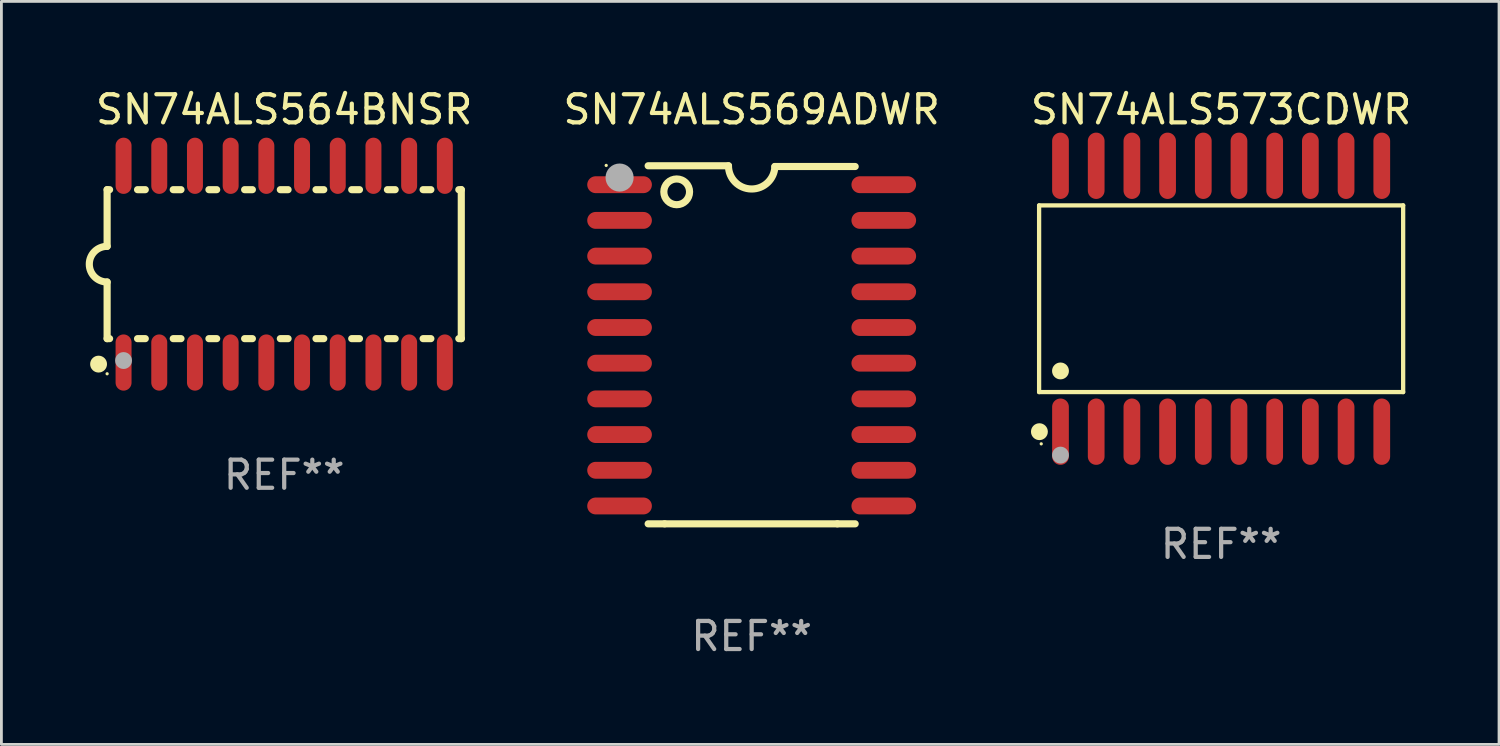
<source format=kicad_pcb>
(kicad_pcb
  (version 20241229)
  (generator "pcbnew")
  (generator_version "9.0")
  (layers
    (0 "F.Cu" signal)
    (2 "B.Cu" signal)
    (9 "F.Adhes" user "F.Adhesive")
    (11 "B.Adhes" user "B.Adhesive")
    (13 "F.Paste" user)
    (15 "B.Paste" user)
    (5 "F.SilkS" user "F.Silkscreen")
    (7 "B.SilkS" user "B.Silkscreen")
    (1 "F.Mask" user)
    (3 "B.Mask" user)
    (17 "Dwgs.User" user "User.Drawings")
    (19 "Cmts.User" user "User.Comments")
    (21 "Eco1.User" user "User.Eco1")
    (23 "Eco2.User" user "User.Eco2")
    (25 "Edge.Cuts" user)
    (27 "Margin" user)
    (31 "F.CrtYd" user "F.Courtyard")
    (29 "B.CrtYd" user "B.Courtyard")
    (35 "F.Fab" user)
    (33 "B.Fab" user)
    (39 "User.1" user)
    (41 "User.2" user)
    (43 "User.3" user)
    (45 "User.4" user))
  (footprint "SN74ALS569ADWR"
    (layer "F.Cu")
    (at 23.692 9.217)
    (property "Reference" "SN74ALS569ADWR" (at 0 -8.369 0) (layer "F.SilkS") (effects (font (size 1 1) (thickness 0.15))))
    (attr through_hole)
    (fp_line (start -3.096 6.369) (end -3.683 6.369) (stroke (width 0.254) (type solid)) (layer "F.SilkS"))
    (fp_line (start -0.825 -6.369) (end -3.683 -6.369) (stroke (width 0.254) (type solid)) (layer "F.SilkS"))
    (fp_line (start 0.826 -6.343) (end 3.683 -6.343) (stroke (width 0.254) (type solid)) (layer "F.SilkS"))
    (fp_line (start 3.048 6.369) (end -3.096 6.369) (stroke (width 0.254) (type solid)) (layer "F.SilkS"))
    (fp_line (start 3.048 6.369) (end 3.683 6.369) (stroke (width 0.254) (type solid)) (layer "F.SilkS"))
    (fp_arc (start 0.825527 -6.343129) (mid -0.012478 -5.543126) (end -0.825476 -6.36853) (stroke (width 0.254001) (type solid)) (layer "F.SilkS"))
    (fp_circle (center -5.175 -6.382) (end -5.145 -6.382) (stroke (width 0.06) (type solid)) (fill no) (layer "F.SilkS"))
    (fp_circle (center -2.667 -5.442) (end -2.209 -5.442) (stroke (width 0.254) (type solid)) (fill no) (layer "F.SilkS"))
    (fp_circle (center -4.699 -5.95) (end -4.449 -5.95) (stroke (width 0.5) (type solid)) (fill no) (layer "F.Fab"))
    (fp_text user "REF**" (at 0 10.369 0) (layer "F.Fab") (effects (font (size 1 1) (thickness 0.15))))
    (pad "1" smd oval (at -4.7 -5.696 90) (size 0.6 2.3) (layers "F.Cu" "F.Mask" "F.Paste"))
    (pad "2" smd oval (at -4.7 -4.426 90) (size 0.6 2.3) (layers "F.Cu" "F.Mask" "F.Paste"))
    (pad "3" smd oval (at -4.7 -3.156 90) (size 0.6 2.3) (layers "F.Cu" "F.Mask" "F.Paste"))
    (pad "4" smd oval (at -4.7 -1.886 90) (size 0.6 2.3) (layers "F.Cu" "F.Mask" "F.Paste"))
    (pad "5" smd oval (at -4.7 -0.616 90) (size 0.6 2.3) (layers "F.Cu" "F.Mask" "F.Paste"))
    (pad "6" smd oval (at -4.7 0.654 90) (size 0.6 2.3) (layers "F.Cu" "F.Mask" "F.Paste"))
    (pad "7" smd oval (at -4.7 1.924 90) (size 0.6 2.3) (layers "F.Cu" "F.Mask" "F.Paste"))
    (pad "8" smd oval (at -4.7 3.194 90) (size 0.6 2.3) (layers "F.Cu" "F.Mask" "F.Paste"))
    (pad "9" smd oval (at -4.7 4.464 90) (size 0.6 2.3) (layers "F.Cu" "F.Mask" "F.Paste"))
    (pad "10" smd oval (at -4.7 5.734 90) (size 0.6 2.3) (layers "F.Cu" "F.Mask" "F.Paste"))
    (pad "11" smd oval (at 4.7 5.734 90) (size 0.6 2.3) (layers "F.Cu" "F.Mask" "F.Paste"))
    (pad "12" smd oval (at 4.7 4.464 90) (size 0.6 2.3) (layers "F.Cu" "F.Mask" "F.Paste"))
    (pad "13" smd oval (at 4.7 3.194 90) (size 0.6 2.3) (layers "F.Cu" "F.Mask" "F.Paste"))
    (pad "14" smd oval (at 4.7 1.924 90) (size 0.6 2.3) (layers "F.Cu" "F.Mask" "F.Paste"))
    (pad "15" smd oval (at 4.7 0.654 90) (size 0.6 2.3) (layers "F.Cu" "F.Mask" "F.Paste"))
    (pad "16" smd oval (at 4.7 -0.616 90) (size 0.6 2.3) (layers "F.Cu" "F.Mask" "F.Paste"))
    (pad "17" smd oval (at 4.7 -1.886 90) (size 0.6 2.3) (layers "F.Cu" "F.Mask" "F.Paste"))
    (pad "18" smd oval (at 4.7 -3.156 90) (size 0.6 2.3) (layers "F.Cu" "F.Mask" "F.Paste"))
    (pad "19" smd oval (at 4.7 -4.426 90) (size 0.6 2.3) (layers "F.Cu" "F.Mask" "F.Paste"))
    (pad "20" smd oval (at 4.7 -5.696 90) (size 0.6 2.3) (layers "F.Cu" "F.Mask" "F.Paste")))
  (footprint "SN74ALS564BNSR"
    (layer "F.Cu")
    (at 7.061 6.348)
    (property "Reference" "SN74ALS564BNSR" (at 0 -5.5 0) (layer "F.SilkS") (effects (font (size 1 1) (thickness 0.15))))
    (attr through_hole)
    (fp_line (start -6.3 -2.65) (end -6.3 -0.635) (stroke (width 0.254) (type solid)) (layer "F.SilkS"))
    (fp_line (start -6.3 -2.65) (end -6.212 -2.65) (stroke (width 0.254) (type solid)) (layer "F.SilkS"))
    (fp_line (start -6.3 2.65) (end -6.3 0.635) (stroke (width 0.254) (type solid)) (layer "F.SilkS"))
    (fp_line (start -6.3 2.65) (end -6.212 2.65) (stroke (width 0.254) (type solid)) (layer "F.SilkS"))
    (fp_line (start -5.218 -2.65) (end -4.942 -2.65) (stroke (width 0.254) (type solid)) (layer "F.SilkS"))
    (fp_line (start -5.218 2.65) (end -4.942 2.65) (stroke (width 0.254) (type solid)) (layer "F.SilkS"))
    (fp_line (start -3.948 -2.65) (end -3.672 -2.65) (stroke (width 0.254) (type solid)) (layer "F.SilkS"))
    (fp_line (start -3.948 2.65) (end -3.672 2.65) (stroke (width 0.254) (type solid)) (layer "F.SilkS"))
    (fp_line (start -2.678 -2.65) (end -2.402 -2.65) (stroke (width 0.254) (type solid)) (layer "F.SilkS"))
    (fp_line (start -2.678 2.65) (end -2.402 2.65) (stroke (width 0.254) (type solid)) (layer "F.SilkS"))
    (fp_line (start -1.408 -2.65) (end -1.132 -2.65) (stroke (width 0.254) (type solid)) (layer "F.SilkS"))
    (fp_line (start -1.408 2.65) (end -1.132 2.65) (stroke (width 0.254) (type solid)) (layer "F.SilkS"))
    (fp_line (start -0.138 -2.65) (end 0.138 -2.65) (stroke (width 0.254) (type solid)) (layer "F.SilkS"))
    (fp_line (start -0.138 2.65) (end 0.138 2.65) (stroke (width 0.254) (type solid)) (layer "F.SilkS"))
    (fp_line (start 1.132 -2.65) (end 1.408 -2.65) (stroke (width 0.254) (type solid)) (layer "F.SilkS"))
    (fp_line (start 1.132 2.65) (end 1.408 2.65) (stroke (width 0.254) (type solid)) (layer "F.SilkS"))
    (fp_line (start 2.402 -2.65) (end 2.678 -2.65) (stroke (width 0.254) (type solid)) (layer "F.SilkS"))
    (fp_line (start 2.402 2.65) (end 2.678 2.65) (stroke (width 0.254) (type solid)) (layer "F.SilkS"))
    (fp_line (start 3.672 -2.65) (end 3.948 -2.65) (stroke (width 0.254) (type solid)) (layer "F.SilkS"))
    (fp_line (start 3.672 2.65) (end 3.948 2.65) (stroke (width 0.254) (type solid)) (layer "F.SilkS"))
    (fp_line (start 4.942 -2.65) (end 5.218 -2.65) (stroke (width 0.254) (type solid)) (layer "F.SilkS"))
    (fp_line (start 4.942 2.65) (end 5.218 2.65) (stroke (width 0.254) (type solid)) (layer "F.SilkS"))
    (fp_line (start 6.212 -2.65) (end 6.3 -2.65) (stroke (width 0.254) (type solid)) (layer "F.SilkS"))
    (fp_line (start 6.212 2.65) (end 6.3 2.65) (stroke (width 0.254) (type solid)) (layer "F.SilkS"))
    (fp_line (start 6.3 -2.65) (end 6.3 2.65) (stroke (width 0.254) (type solid)) (layer "F.SilkS"))
    (fp_arc (start -6.299975 0.634874) (mid -6.933579 0.000127) (end -6.299213 -0.633858) (stroke (width 0.254001) (type solid)) (layer "F.SilkS"))
    (fp_circle (center -6.604 3.556) (end -6.454 3.556) (stroke (width 0.3) (type solid)) (fill no) (layer "F.SilkS"))
    (fp_circle (center -6.3 3.9) (end -6.27 3.9) (stroke (width 0.06) (type solid)) (fill no) (layer "F.SilkS"))
    (fp_circle (center -5.715 3.429) (end -5.565 3.429) (stroke (width 0.3) (type solid)) (fill no) (layer "F.Fab"))
    (fp_text user "REF**" (at 0 7.5 0) (layer "F.Fab") (effects (font (size 1 1) (thickness 0.15))))
    (pad "1" smd oval (at -5.715 3.5) (size 0.568 2) (layers "F.Cu" "F.Mask" "F.Paste"))
    (pad "2" smd oval (at -4.445 3.5) (size 0.568 2) (layers "F.Cu" "F.Mask" "F.Paste"))
    (pad "3" smd oval (at -3.175 3.5) (size 0.568 2) (layers "F.Cu" "F.Mask" "F.Paste"))
    (pad "4" smd oval (at -1.905 3.5) (size 0.568 2) (layers "F.Cu" "F.Mask" "F.Paste"))
    (pad "5" smd oval (at -0.635 3.5) (size 0.568 2) (layers "F.Cu" "F.Mask" "F.Paste"))
    (pad "6" smd oval (at 0.635 3.5) (size 0.568 2) (layers "F.Cu" "F.Mask" "F.Paste"))
    (pad "7" smd oval (at 1.905 3.5) (size 0.568 2) (layers "F.Cu" "F.Mask" "F.Paste"))
    (pad "8" smd oval (at 3.175 3.5) (size 0.568 2) (layers "F.Cu" "F.Mask" "F.Paste"))
    (pad "9" smd oval (at 4.445 3.5) (size 0.568 2) (layers "F.Cu" "F.Mask" "F.Paste"))
    (pad "10" smd oval (at 5.715 3.5) (size 0.568 2) (layers "F.Cu" "F.Mask" "F.Paste"))
    (pad "11" smd oval (at 5.715 -3.5) (size 0.568 2) (layers "F.Cu" "F.Mask" "F.Paste"))
    (pad "12" smd oval (at 4.445 -3.5) (size 0.568 2) (layers "F.Cu" "F.Mask" "F.Paste"))
    (pad "13" smd oval (at 3.175 -3.5) (size 0.568 2) (layers "F.Cu" "F.Mask" "F.Paste"))
    (pad "14" smd oval (at 1.905 -3.5) (size 0.568 2) (layers "F.Cu" "F.Mask" "F.Paste"))
    (pad "15" smd oval (at 0.635 -3.5) (size 0.568 2) (layers "F.Cu" "F.Mask" "F.Paste"))
    (pad "16" smd oval (at -0.635 -3.5) (size 0.568 2) (layers "F.Cu" "F.Mask" "F.Paste"))
    (pad "17" smd oval (at -1.905 -3.5) (size 0.568 2) (layers "F.Cu" "F.Mask" "F.Paste"))
    (pad "18" smd oval (at -3.175 -3.5) (size 0.568 2) (layers "F.Cu" "F.Mask" "F.Paste"))
    (pad "19" smd oval (at -4.445 -3.5) (size 0.568 2) (layers "F.Cu" "F.Mask" "F.Paste"))
    (pad "20" smd oval (at -5.715 -3.5) (size 0.568 2) (layers "F.Cu" "F.Mask" "F.Paste")))
  (footprint "SN74ALS573CDWR"
    (layer "F.Cu")
    (at 40.394 7.578)
    (property "Reference" "SN74ALS573CDWR" (at 0 -6.73 0) (layer "F.SilkS") (effects (font (size 1 1) (thickness 0.15))))
    (attr through_hole)
    (fp_line (start -6.476 -3.321) (end 6.476 -3.321) (stroke (width 0.152) (type solid)) (layer "F.SilkS"))
    (fp_line (start -6.476 3.321) (end -6.476 -3.321) (stroke (width 0.152) (type solid)) (layer "F.SilkS"))
    (fp_line (start 6.476 -3.321) (end 6.476 3.321) (stroke (width 0.152) (type solid)) (layer "F.SilkS"))
    (fp_line (start 6.476 3.321) (end -6.476 3.321) (stroke (width 0.152) (type solid)) (layer "F.SilkS"))
    (fp_circle (center -6.465 4.73) (end -6.315 4.73) (stroke (width 0.3) (type solid)) (fill no) (layer "F.SilkS"))
    (fp_circle (center -6.4 5.163) (end -6.37 5.163) (stroke (width 0.06) (type solid)) (fill no) (layer "F.SilkS"))
    (fp_circle (center -5.715 2.569) (end -5.565 2.569) (stroke (width 0.3) (type solid)) (fill no) (layer "F.SilkS"))
    (fp_circle (center -5.715 5.563) (end -5.565 5.563) (stroke (width 0.3) (type solid)) (fill no) (layer "F.Fab"))
    (fp_text user "REF**" (at 0 8.73 0) (layer "F.Fab") (effects (font (size 1 1) (thickness 0.15))))
    (pad "1" smd oval (at -5.715 4.73) (size 0.595 2.36) (layers "F.Cu" "F.Mask" "F.Paste"))
    (pad "2" smd oval (at -4.445 4.73) (size 0.595 2.36) (layers "F.Cu" "F.Mask" "F.Paste"))
    (pad "3" smd oval (at -3.175 4.73) (size 0.595 2.36) (layers "F.Cu" "F.Mask" "F.Paste"))
    (pad "4" smd oval (at -1.905 4.73) (size 0.595 2.36) (layers "F.Cu" "F.Mask" "F.Paste"))
    (pad "5" smd oval (at -0.635 4.73) (size 0.595 2.36) (layers "F.Cu" "F.Mask" "F.Paste"))
    (pad "6" smd oval (at 0.635 4.73) (size 0.595 2.36) (layers "F.Cu" "F.Mask" "F.Paste"))
    (pad "7" smd oval (at 1.905 4.73) (size 0.595 2.36) (layers "F.Cu" "F.Mask" "F.Paste"))
    (pad "8" smd oval (at 3.175 4.73) (size 0.595 2.36) (layers "F.Cu" "F.Mask" "F.Paste"))
    (pad "9" smd oval (at 4.445 4.73) (size 0.595 2.36) (layers "F.Cu" "F.Mask" "F.Paste"))
    (pad "10" smd oval (at 5.715 4.73) (size 0.595 2.36) (layers "F.Cu" "F.Mask" "F.Paste"))
    (pad "11" smd oval (at 5.715 -4.73) (size 0.595 2.36) (layers "F.Cu" "F.Mask" "F.Paste"))
    (pad "12" smd oval (at 4.445 -4.73) (size 0.595 2.36) (layers "F.Cu" "F.Mask" "F.Paste"))
    (pad "13" smd oval (at 3.175 -4.73) (size 0.595 2.36) (layers "F.Cu" "F.Mask" "F.Paste"))
    (pad "14" smd oval (at 1.905 -4.73) (size 0.595 2.36) (layers "F.Cu" "F.Mask" "F.Paste"))
    (pad "15" smd oval (at 0.635 -4.73) (size 0.595 2.36) (layers "F.Cu" "F.Mask" "F.Paste"))
    (pad "16" smd oval (at -0.635 -4.73) (size 0.595 2.36) (layers "F.Cu" "F.Mask" "F.Paste"))
    (pad "17" smd oval (at -1.905 -4.73) (size 0.595 2.36) (layers "F.Cu" "F.Mask" "F.Paste"))
    (pad "18" smd oval (at -3.175 -4.73) (size 0.595 2.36) (layers "F.Cu" "F.Mask" "F.Paste"))
    (pad "19" smd oval (at -4.445 -4.73) (size 0.595 2.36) (layers "F.Cu" "F.Mask" "F.Paste"))
    (pad "20" smd oval (at -5.715 -4.73) (size 0.595 2.36) (layers "F.Cu" "F.Mask" "F.Paste")))
  (gr_rect
    (start -3 -3)
    (end 50.281 23.434)
    (stroke (width 0.1) (type default))
    (fill no)
    (layer "Edge.Cuts")))
</source>
